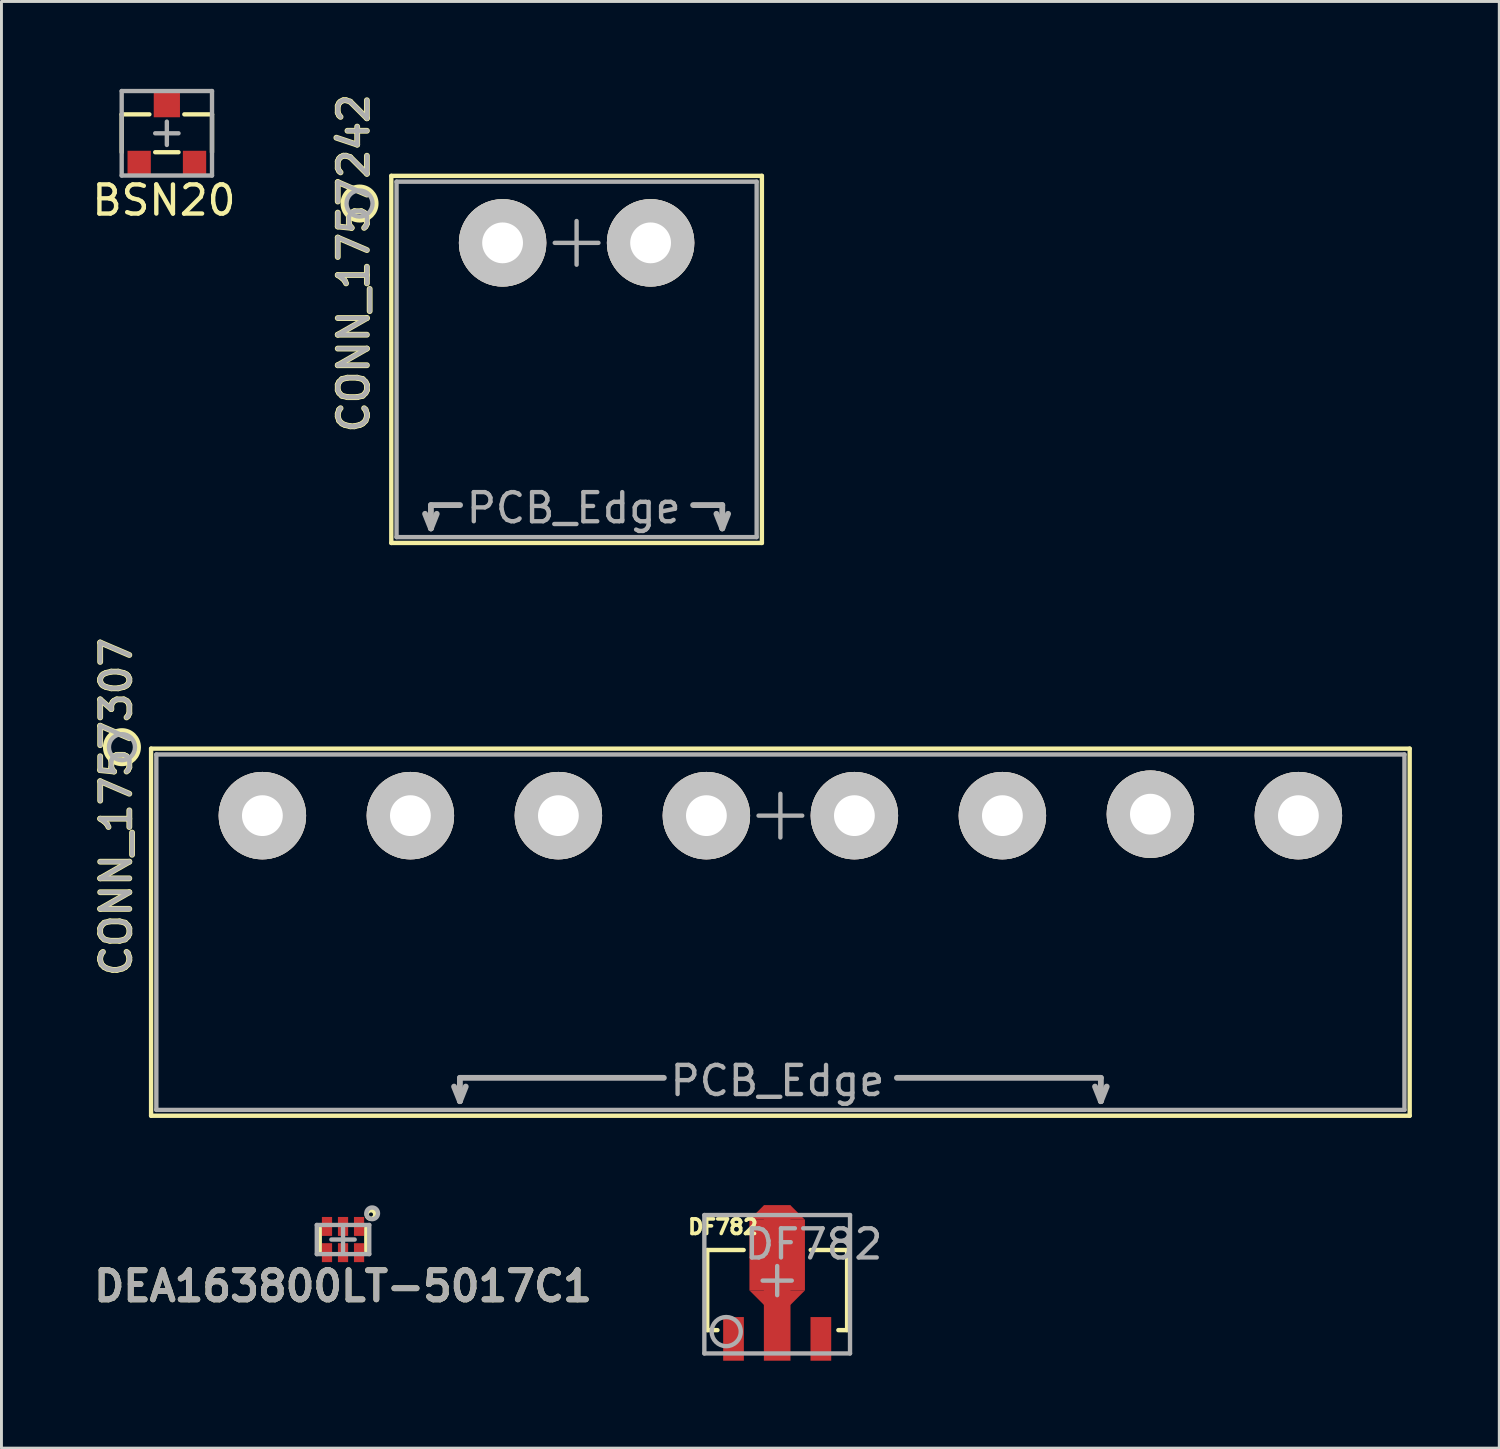
<source format=kicad_pcb>
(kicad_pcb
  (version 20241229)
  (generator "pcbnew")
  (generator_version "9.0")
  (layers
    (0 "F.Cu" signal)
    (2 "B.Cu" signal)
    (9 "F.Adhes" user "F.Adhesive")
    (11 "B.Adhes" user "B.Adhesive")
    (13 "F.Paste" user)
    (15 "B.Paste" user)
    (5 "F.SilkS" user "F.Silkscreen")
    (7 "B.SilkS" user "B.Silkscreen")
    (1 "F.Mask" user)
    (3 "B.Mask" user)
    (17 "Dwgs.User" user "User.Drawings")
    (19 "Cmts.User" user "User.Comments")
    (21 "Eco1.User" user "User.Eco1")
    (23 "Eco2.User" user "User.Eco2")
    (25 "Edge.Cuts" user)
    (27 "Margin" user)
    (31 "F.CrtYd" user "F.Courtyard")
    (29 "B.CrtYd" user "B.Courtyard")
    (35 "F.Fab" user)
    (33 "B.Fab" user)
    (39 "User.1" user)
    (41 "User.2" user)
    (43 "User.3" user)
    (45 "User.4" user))
  (footprint "CONN_1757307"
    (layer "F.Cu")
    (at 23.736 24.946)
    (property "Reference" "CONN_1757307" (at -22.8 -0.3 90) (layer "F.SilkS") (effects (font (size 1 1) (thickness 0.2))))
    (attr through_hole)
    (fp_line (start -21.6 -2.3) (end -21.6 10.3) (stroke (width 0.15) (type solid)) (layer "F.SilkS"))
    (fp_line (start -21.6 -2.3) (end 21.6 -2.3) (stroke (width 0.15) (type solid)) (layer "F.SilkS"))
    (fp_line (start -21.6 10.3) (end 21.6 10.3) (stroke (width 0.15) (type solid)) (layer "F.SilkS"))
    (fp_line (start 21.6 -2.3) (end 21.6 10.3) (stroke (width 0.15) (type solid)) (layer "F.SilkS"))
    (fp_circle (center -22.6 -2.35) (end -22.05 -2.3) (stroke (width 0.2) (type solid)) (fill no) (layer "F.SilkS"))
    (fp_line (start -21.42 -2.1) (end -21.42 10.1) (stroke (width 0.15) (type solid)) (layer "F.Fab"))
    (fp_line (start -21.42 10.1) (end 21.42 10.1) (stroke (width 0.15) (type solid)) (layer "F.Fab"))
    (fp_line (start -11 9) (end -11 9.8) (stroke (width 0.2) (type solid)) (layer "F.Fab"))
    (fp_line (start -11 9.8) (end -11.2 9.3) (stroke (width 0.2) (type solid)) (layer "F.Fab"))
    (fp_line (start -11 9.8) (end -10.8 9.3) (stroke (width 0.2) (type solid)) (layer "F.Fab"))
    (fp_line (start -4 9) (end -11 9) (stroke (width 0.2) (type solid)) (layer "F.Fab"))
    (fp_line (start -0.75 0) (end 0.75 0) (stroke (width 0.15) (type solid)) (layer "F.Fab"))
    (fp_line (start 0 -0.75) (end 0 0.75) (stroke (width 0.15) (type solid)) (layer "F.Fab"))
    (fp_line (start 4 9) (end 11 9) (stroke (width 0.2) (type solid)) (layer "F.Fab"))
    (fp_line (start 11 9) (end 11 9.8) (stroke (width 0.2) (type solid)) (layer "F.Fab"))
    (fp_line (start 11 9.8) (end 10.8 9.3) (stroke (width 0.2) (type solid)) (layer "F.Fab"))
    (fp_line (start 11 9.8) (end 11.2 9.3) (stroke (width 0.2) (type solid)) (layer "F.Fab"))
    (fp_line (start 21.42 -2.1) (end -21.42 -2.1) (stroke (width 0.15) (type solid)) (layer "F.Fab"))
    (fp_line (start 21.42 -2.1) (end 21.42 10.1) (stroke (width 0.15) (type solid)) (layer "F.Fab"))
    (fp_circle (center -22.6 -2.35) (end -22.2 -2.15) (stroke (width 0.15) (type solid)) (fill no) (layer "F.Fab"))
    (fp_text user "${REFERENCE}" (at -22.8 -0.3 90) (layer "F.Fab") (effects (font (size 1 1) (thickness 0.15))))
    (fp_text user "PCB_Edge" (at -0.1 9.1 0) (layer "F.Fab") (effects (font (size 1 1) (thickness 0.15))))
    (pad "1" thru_hole circle (at -17.78 0) (size 3 3) (drill 1.4) (layers "*.Cu" "*.Mask" "F.SilkS" "B.Paste" "Dwgs.User"))
    (pad "2" thru_hole circle (at -12.7 0) (size 3 3) (drill 1.4) (layers "*.Cu" "*.Mask" "F.SilkS" "B.Paste" "Dwgs.User"))
    (pad "3" thru_hole circle (at -7.62 0) (size 3 3) (drill 1.4) (layers "*.Cu" "*.Mask" "F.SilkS" "B.Paste" "Dwgs.User"))
    (pad "4" thru_hole circle (at -2.54 0) (size 3 3) (drill 1.4) (layers "*.Cu" "*.Mask" "F.SilkS" "B.Paste" "Dwgs.User"))
    (pad "5" thru_hole circle (at 2.54 0) (size 3 3) (drill 1.4) (layers "*.Cu" "*.Mask" "F.SilkS" "B.Paste" "Dwgs.User"))
    (pad "6" thru_hole circle (at 7.62 0) (size 3 3) (drill 1.4) (layers "*.Cu" "*.Mask" "F.SilkS" "B.Paste" "Dwgs.User"))
    (pad "7" thru_hole circle (at 12.7 -0.05) (size 3 3) (drill 1.4) (layers "*.Cu" "*.Mask" "F.SilkS" "B.Paste" "Dwgs.User"))
    (pad "8" thru_hole circle (at 17.78 0) (size 3 3) (drill 1.4) (layers "*.Cu" "*.Mask" "F.SilkS" "B.Paste" "Dwgs.User")))
  (footprint "DF782"
    (layer "F.Cu")
    (at 23.626 40.905)
    (property "Reference" "DF782" (at -1.862 -1.843 0) (layer "F.SilkS") (effects (font (size 0.5 0.5) (thickness 0.125))))
    (attr through_hole)
    (fp_line (start -2.4 -1.05) (end -1.15 -1.05) (stroke (width 0.15) (type solid)) (layer "F.SilkS"))
    (fp_line (start -2.4 1.7) (end -2.4 -1.05) (stroke (width 0.15) (type solid)) (layer "F.SilkS"))
    (fp_line (start -2.05 1.7) (end -2.4 1.7) (stroke (width 0.15) (type solid)) (layer "F.SilkS"))
    (fp_line (start 2.1 1.7) (end 2.4 1.7) (stroke (width 0.15) (type solid)) (layer "F.SilkS"))
    (fp_line (start 2.4 -1.05) (end 1.15 -1.05) (stroke (width 0.15) (type solid)) (layer "F.SilkS"))
    (fp_line (start 2.4 1.7) (end 2.4 -1.05) (stroke (width 0.15) (type solid)) (layer "F.SilkS"))
    (fp_line (start -2.5 -2.25) (end 2.5 -2.25) (stroke (width 0.15) (type solid)) (layer "F.Fab"))
    (fp_line (start -2.5 2.5) (end -2.5 -2.25) (stroke (width 0.15) (type solid)) (layer "F.Fab"))
    (fp_line (start -0.5 0) (end 0.5 0) (stroke (width 0.15) (type solid)) (layer "F.Fab"))
    (fp_line (start 0 -0.5) (end 0 0.5) (stroke (width 0.15) (type solid)) (layer "F.Fab"))
    (fp_line (start 2.5 -2.25) (end 2.5 2.5) (stroke (width 0.15) (type solid)) (layer "F.Fab"))
    (fp_line (start 2.5 2.5) (end -2.5 2.5) (stroke (width 0.15) (type solid)) (layer "F.Fab"))
    (fp_circle (center -1.75 1.75) (end -1.25 1.75) (stroke (width 0.15) (type solid)) (fill no) (layer "F.Fab"))
    (fp_text user "${REFERENCE}" (at 1.25 -1.25 0) (layer "F.Fab") (effects (font (size 1 1) (thickness 0.15))))
    (pad "1" smd rect (at -1.499 2.001) (size 0.711 1.499) (layers "F.Cu" "F.Mask" "F.Paste"))
    (pad "2" smd trapezoid (at 0 -2.336) (size 1.41 0.495) (rect_delta 0 0.495) (layers "F.Cu" "F.Mask" "F.Paste"))
    (pad "2" smd rect (at 0 -0.876) (size 1.905 2.426) (layers "F.Cu" "F.Mask" "F.Paste"))
    (pad "2" smd rect (at 0 0.083) (size 0.914 5.334) (layers "F.Cu" "F.Mask" "F.Paste"))
    (pad "2" smd trapezoid (at 0 0.585 180) (size 1.41 0.495) (rect_delta 0 0.495) (layers "F.Cu" "F.Mask" "F.Paste"))
    (pad "3" smd rect (at 1.499 2.001) (size 0.711 1.499) (layers "F.Cu" "F.Mask" "F.Paste")))
  (footprint "DEA163800LT-5017C1"
    (layer "F.Cu")
    (at 8.724 39.496)
    (property "Reference" "DEA163800LT-5017C1" (at 0 1.6 0) (layer "F.SilkS") (effects (font (size 1 1) (thickness 0.2))))
    (attr through_hole)
    (fp_line (start -0.8 0.4) (end -0.8 -0.4) (stroke (width 0.15) (type solid)) (layer "F.SilkS"))
    (fp_line (start 0.8 0.4) (end 0.8 -0.4) (stroke (width 0.15) (type solid)) (layer "F.SilkS"))
    (fp_circle (center 0.96 -0.86) (end 1.067 -0.76) (stroke (width 0.152) (type solid)) (fill no) (layer "F.SilkS"))
    (fp_line (start -0.9 -0.5) (end -0.9 0.5) (stroke (width 0.15) (type solid)) (layer "F.Fab"))
    (fp_line (start -0.4 0) (end 0.4 0) (stroke (width 0.15) (type solid)) (layer "F.Fab"))
    (fp_line (start 0 -0.4) (end 0 0.4) (stroke (width 0.15) (type solid)) (layer "F.Fab"))
    (fp_line (start 0.9 -0.5) (end -0.9 -0.5) (stroke (width 0.15) (type solid)) (layer "F.Fab"))
    (fp_line (start 0.9 -0.5) (end 0.9 0.5) (stroke (width 0.15) (type solid)) (layer "F.Fab"))
    (fp_line (start 0.9 0.5) (end -0.9 0.5) (stroke (width 0.15) (type solid)) (layer "F.Fab"))
    (fp_circle (center 1 -0.9) (end 1.2 -0.9) (stroke (width 0.15) (type solid)) (fill no) (layer "F.Fab"))
    (fp_text user "${REFERENCE}" (at 0 1.6 0) (layer "F.Fab") (effects (font (size 1 1) (thickness 0.2))))
    (pad "1" smd rect (at 0.55 -0.45) (size 0.35 0.65) (layers "F.Cu" "F.Mask" "F.Paste"))
    (pad "2" smd rect (at 0 -0.45) (size 0.35 0.65) (layers "F.Cu" "F.Mask" "F.Paste"))
    (pad "3" smd rect (at -0.55 -0.45) (size 0.35 0.65) (layers "F.Cu" "F.Mask" "F.Paste"))
    (pad "4" smd rect (at -0.55 0.45) (size 0.35 0.65) (layers "F.Cu" "F.Mask" "F.Paste"))
    (pad "5" smd rect (at 0 0.45) (size 0.35 0.65) (layers "F.Cu" "F.Mask" "F.Paste"))
    (pad "6" smd rect (at 0.55 0.45) (size 0.35 0.65) (layers "F.Cu" "F.Mask" "F.Paste")))
  (footprint "BSN20"
    (layer "F.Cu")
    (at 2.677 1.525)
    (property "Reference" "BSN20" (at -0.1 2.3 0) (layer "F.SilkS") (effects (font (size 1 1) (thickness 0.15))))
    (attr smd)
    (fp_line (start -1.55 -0.65) (end -1.55 0.65) (stroke (width 0.15) (type solid)) (layer "F.SilkS"))
    (fp_line (start -1.55 -0.65) (end -0.6 -0.65) (stroke (width 0.15) (type solid)) (layer "F.SilkS"))
    (fp_line (start -0.4 0.65) (end 0.4 0.65) (stroke (width 0.15) (type solid)) (layer "F.SilkS"))
    (fp_line (start 0.6 -0.65) (end 1.55 -0.65) (stroke (width 0.15) (type solid)) (layer "F.SilkS"))
    (fp_line (start 1.55 -0.65) (end 1.55 0.65) (stroke (width 0.15) (type solid)) (layer "F.SilkS"))
    (fp_line (start -1.55 1.45) (end -1.55 -1.45) (stroke (width 0.15) (type solid)) (layer "F.Fab"))
    (fp_line (start 0 0.4) (end 0 -0.4) (stroke (width 0.15) (type solid)) (layer "F.Fab"))
    (fp_line (start 0.4 0) (end -0.4 0) (stroke (width 0.15) (type solid)) (layer "F.Fab"))
    (fp_line (start 1.55 -1.45) (end -1.55 -1.45) (stroke (width 0.15) (type solid)) (layer "F.Fab"))
    (fp_line (start 1.55 1.45) (end -1.55 1.45) (stroke (width 0.15) (type solid)) (layer "F.Fab"))
    (fp_line (start 1.55 1.45) (end 1.55 -1.45) (stroke (width 0.15) (type solid)) (layer "F.Fab"))
    (pad "D" smd rect (at 0 -1) (size 0.9 0.9) (layers "F.Cu" "F.Mask" "F.Paste"))
    (pad "G" smd rect (at -0.95 1) (size 0.8 0.8) (layers "F.Cu" "F.Mask" "F.Paste"))
    (pad "S" smd rect (at 0.95 1) (size 0.8 0.8) (layers "F.Cu" "F.Mask" "F.Paste")))
  (footprint "CONN_1757242"
    (layer "F.Cu")
    (at 16.741 5.286)
    (property "Reference" "CONN_1757242" (at -7.65 0.7 90) (layer "F.SilkS") (effects (font (size 1 1) (thickness 0.2))))
    (attr through_hole)
    (fp_line (start -6.36 -2.3) (end -6.36 10.3) (stroke (width 0.15) (type solid)) (layer "F.SilkS"))
    (fp_line (start -6.36 -2.3) (end 6.36 -2.3) (stroke (width 0.15) (type solid)) (layer "F.SilkS"))
    (fp_line (start -6.36 10.3) (end 6.36 10.3) (stroke (width 0.15) (type solid)) (layer "F.SilkS"))
    (fp_line (start 6.36 -2.3) (end 6.36 10.3) (stroke (width 0.15) (type solid)) (layer "F.SilkS"))
    (fp_circle (center -7.45 -1.35) (end -6.9 -1.3) (stroke (width 0.2) (type solid)) (fill no) (layer "F.SilkS"))
    (fp_line (start -6.18 -2.1) (end -6.18 10.1) (stroke (width 0.15) (type solid)) (layer "F.Fab"))
    (fp_line (start -6.18 10.1) (end 6.18 10.1) (stroke (width 0.15) (type solid)) (layer "F.Fab"))
    (fp_line (start -5 9) (end -5 9.8) (stroke (width 0.2) (type solid)) (layer "F.Fab"))
    (fp_line (start -5 9.8) (end -5.2 9.3) (stroke (width 0.2) (type solid)) (layer "F.Fab"))
    (fp_line (start -5 9.8) (end -4.8 9.3) (stroke (width 0.2) (type solid)) (layer "F.Fab"))
    (fp_line (start -4 9) (end -5 9) (stroke (width 0.2) (type solid)) (layer "F.Fab"))
    (fp_line (start -0.75 0) (end 0.75 0) (stroke (width 0.15) (type solid)) (layer "F.Fab"))
    (fp_line (start 0 -0.75) (end 0 0.75) (stroke (width 0.15) (type solid)) (layer "F.Fab"))
    (fp_line (start 4 9) (end 5 9) (stroke (width 0.2) (type solid)) (layer "F.Fab"))
    (fp_line (start 5 9) (end 5 9.8) (stroke (width 0.2) (type solid)) (layer "F.Fab"))
    (fp_line (start 5 9.8) (end 4.8 9.3) (stroke (width 0.2) (type solid)) (layer "F.Fab"))
    (fp_line (start 5 9.8) (end 5.2 9.3) (stroke (width 0.2) (type solid)) (layer "F.Fab"))
    (fp_line (start 6.18 -2.1) (end -6.18 -2.1) (stroke (width 0.15) (type solid)) (layer "F.Fab"))
    (fp_line (start 6.18 -2.1) (end 6.18 10.1) (stroke (width 0.15) (type solid)) (layer "F.Fab"))
    (fp_circle (center -7.45 -1.35) (end -7.05 -1.15) (stroke (width 0.15) (type solid)) (fill no) (layer "F.Fab"))
    (fp_text user "PCB_Edge" (at -0.1 9.1 0) (layer "F.Fab") (effects (font (size 1 1) (thickness 0.15))))
    (fp_text user "${REFERENCE}" (at -7.65 0.7 90) (layer "F.Fab") (effects (font (size 1 1) (thickness 0.15))))
    (pad "1" thru_hole circle (at -2.54 0) (size 3 3) (drill 1.4) (layers "*.Cu" "*.Mask" "F.SilkS" "B.Paste" "Dwgs.User"))
    (pad "2" thru_hole circle (at 2.54 0) (size 3 3) (drill 1.4) (layers "*.Cu" "*.Mask" "F.SilkS" "B.Paste" "Dwgs.User")))
  (gr_rect
    (start -3 -3)
    (end 48.411 46.655)
    (stroke (width 0.1) (type default))
    (fill no)
    (layer "Edge.Cuts")))
</source>
